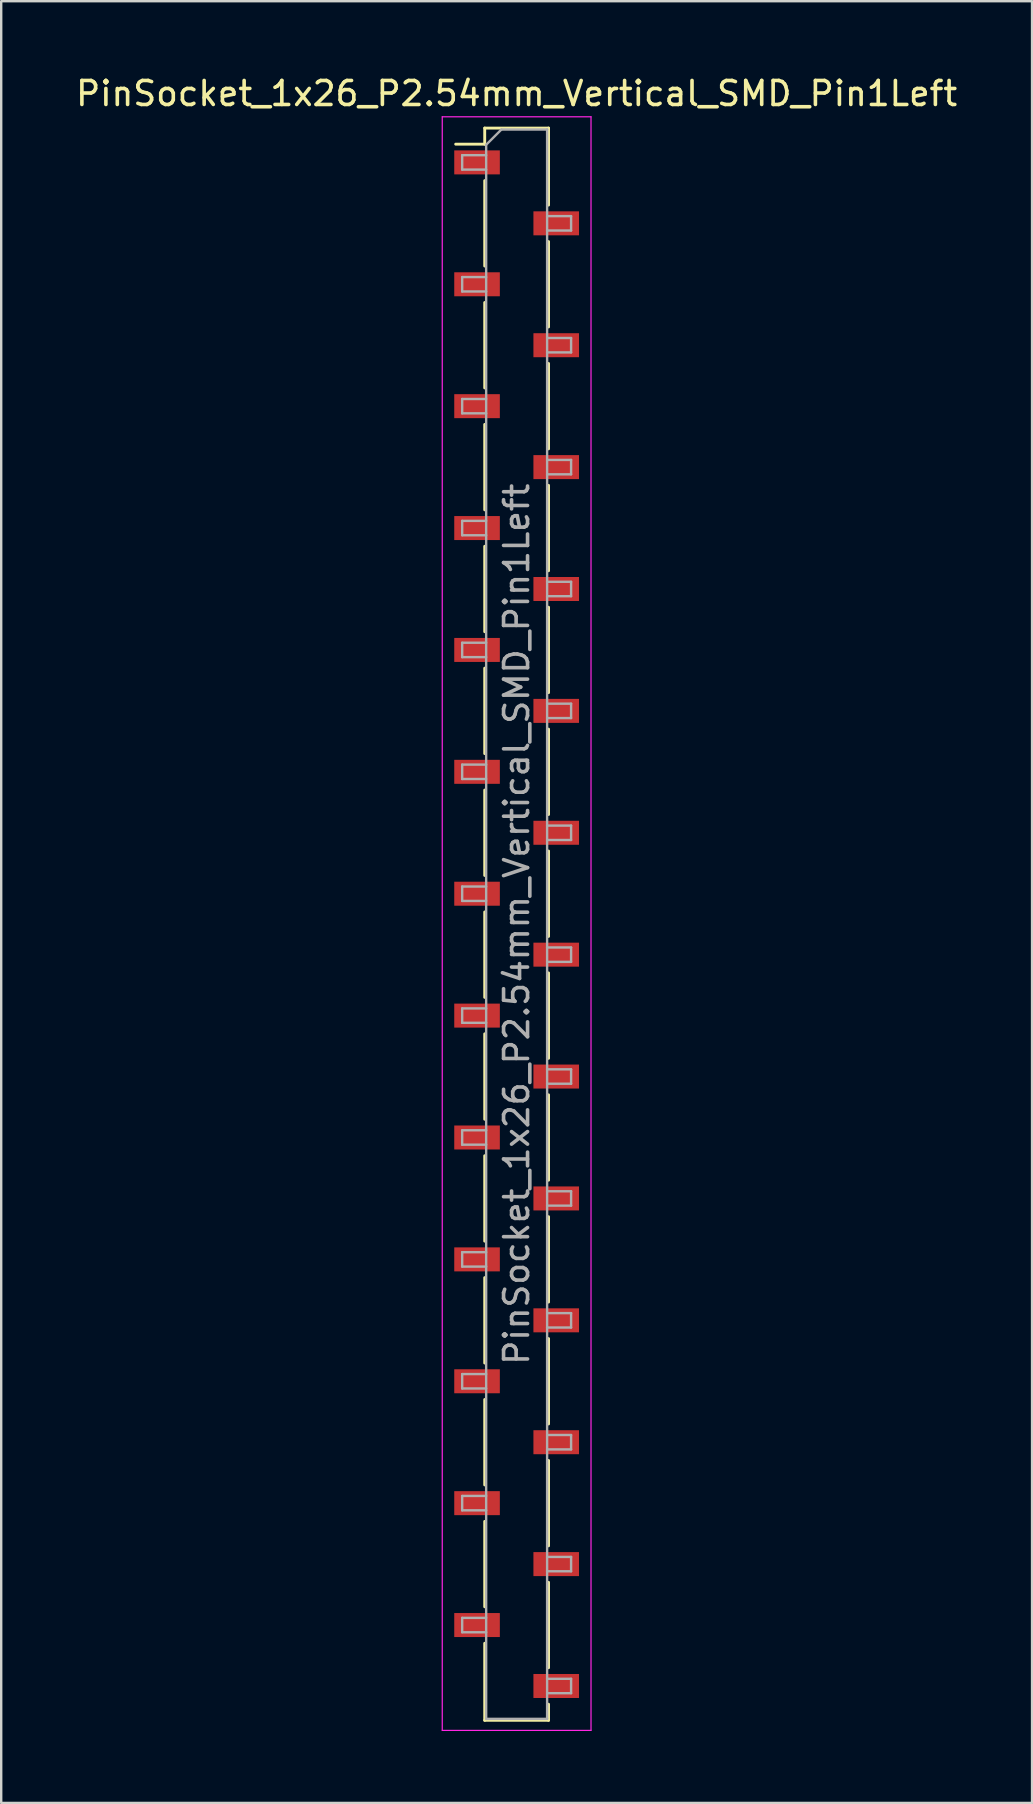
<source format=kicad_pcb>
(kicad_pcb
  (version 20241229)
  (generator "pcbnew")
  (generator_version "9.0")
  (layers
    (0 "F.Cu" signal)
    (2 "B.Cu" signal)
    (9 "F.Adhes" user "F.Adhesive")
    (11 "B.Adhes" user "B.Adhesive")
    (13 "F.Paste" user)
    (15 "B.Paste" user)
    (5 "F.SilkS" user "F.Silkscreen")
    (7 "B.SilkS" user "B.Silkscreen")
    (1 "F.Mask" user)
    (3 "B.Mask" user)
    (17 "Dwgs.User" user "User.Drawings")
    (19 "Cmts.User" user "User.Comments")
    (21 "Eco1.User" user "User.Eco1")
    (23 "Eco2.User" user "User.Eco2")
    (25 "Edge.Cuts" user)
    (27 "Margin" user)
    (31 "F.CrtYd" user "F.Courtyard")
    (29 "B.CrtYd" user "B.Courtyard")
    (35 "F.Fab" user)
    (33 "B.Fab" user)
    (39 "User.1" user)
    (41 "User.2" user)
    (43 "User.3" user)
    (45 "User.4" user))
  (footprint "PinSocket_1x26_P2.54mm_Vertical_SMD_Pin1Left"
    (layer "F.Cu")
    (at 18.482 35.468)
    (property "Reference" "PinSocket_1x26_P2.54mm_Vertical_SMD_Pin1Left" (at 0 -34.62 0) (layer "F.SilkS") (effects (font (size 1 1) (thickness 0.15))))
    (attr smd)
    (fp_line (start -2.54 -32.51) (end -1.33 -32.51) (stroke (width 0.12) (type solid)) (layer "F.SilkS"))
    (fp_line (start -1.33 -33.18) (end -1.33 -32.51) (stroke (width 0.12) (type solid)) (layer "F.SilkS"))
    (fp_line (start -1.33 -33.18) (end 1.33 -33.18) (stroke (width 0.12) (type solid)) (layer "F.SilkS"))
    (fp_line (start -1.33 -30.99) (end -1.33 -27.43) (stroke (width 0.12) (type solid)) (layer "F.SilkS"))
    (fp_line (start -1.33 -25.91) (end -1.33 -22.35) (stroke (width 0.12) (type solid)) (layer "F.SilkS"))
    (fp_line (start -1.33 -20.83) (end -1.33 -17.27) (stroke (width 0.12) (type solid)) (layer "F.SilkS"))
    (fp_line (start -1.33 -15.75) (end -1.33 -12.19) (stroke (width 0.12) (type solid)) (layer "F.SilkS"))
    (fp_line (start -1.33 -10.67) (end -1.33 -7.11) (stroke (width 0.12) (type solid)) (layer "F.SilkS"))
    (fp_line (start -1.33 -5.59) (end -1.33 -2.03) (stroke (width 0.12) (type solid)) (layer "F.SilkS"))
    (fp_line (start -1.33 -0.51) (end -1.33 3.05) (stroke (width 0.12) (type solid)) (layer "F.SilkS"))
    (fp_line (start -1.33 4.57) (end -1.33 8.13) (stroke (width 0.12) (type solid)) (layer "F.SilkS"))
    (fp_line (start -1.33 9.65) (end -1.33 13.21) (stroke (width 0.12) (type solid)) (layer "F.SilkS"))
    (fp_line (start -1.33 14.73) (end -1.33 18.29) (stroke (width 0.12) (type solid)) (layer "F.SilkS"))
    (fp_line (start -1.33 19.81) (end -1.33 23.37) (stroke (width 0.12) (type solid)) (layer "F.SilkS"))
    (fp_line (start -1.33 24.89) (end -1.33 28.45) (stroke (width 0.12) (type solid)) (layer "F.SilkS"))
    (fp_line (start -1.33 29.97) (end -1.33 33.18) (stroke (width 0.12) (type solid)) (layer "F.SilkS"))
    (fp_line (start -1.33 33.18) (end 1.33 33.18) (stroke (width 0.12) (type solid)) (layer "F.SilkS"))
    (fp_line (start 1.33 -33.18) (end 1.33 -29.97) (stroke (width 0.12) (type solid)) (layer "F.SilkS"))
    (fp_line (start 1.33 -28.45) (end 1.33 -24.89) (stroke (width 0.12) (type solid)) (layer "F.SilkS"))
    (fp_line (start 1.33 -23.37) (end 1.33 -19.81) (stroke (width 0.12) (type solid)) (layer "F.SilkS"))
    (fp_line (start 1.33 -18.29) (end 1.33 -14.73) (stroke (width 0.12) (type solid)) (layer "F.SilkS"))
    (fp_line (start 1.33 -13.21) (end 1.33 -9.65) (stroke (width 0.12) (type solid)) (layer "F.SilkS"))
    (fp_line (start 1.33 -8.13) (end 1.33 -4.57) (stroke (width 0.12) (type solid)) (layer "F.SilkS"))
    (fp_line (start 1.33 -3.05) (end 1.33 0.51) (stroke (width 0.12) (type solid)) (layer "F.SilkS"))
    (fp_line (start 1.33 2.03) (end 1.33 5.59) (stroke (width 0.12) (type solid)) (layer "F.SilkS"))
    (fp_line (start 1.33 7.11) (end 1.33 10.67) (stroke (width 0.12) (type solid)) (layer "F.SilkS"))
    (fp_line (start 1.33 12.19) (end 1.33 15.75) (stroke (width 0.12) (type solid)) (layer "F.SilkS"))
    (fp_line (start 1.33 17.27) (end 1.33 20.83) (stroke (width 0.12) (type solid)) (layer "F.SilkS"))
    (fp_line (start 1.33 22.35) (end 1.33 25.91) (stroke (width 0.12) (type solid)) (layer "F.SilkS"))
    (fp_line (start 1.33 27.43) (end 1.33 30.99) (stroke (width 0.12) (type solid)) (layer "F.SilkS"))
    (fp_line (start 1.33 32.51) (end 1.33 33.18) (stroke (width 0.12) (type solid)) (layer "F.SilkS"))
    (fp_line (start -3.1 -33.65) (end 3.1 -33.65) (stroke (width 0.05) (type solid)) (layer "F.CrtYd"))
    (fp_line (start -3.1 33.6) (end -3.1 -33.65) (stroke (width 0.05) (type solid)) (layer "F.CrtYd"))
    (fp_line (start 3.1 -33.65) (end 3.1 33.6) (stroke (width 0.05) (type solid)) (layer "F.CrtYd"))
    (fp_line (start 3.1 33.6) (end -3.1 33.6) (stroke (width 0.05) (type solid)) (layer "F.CrtYd"))
    (fp_line (start -2.27 -32.05) (end -1.27 -32.05) (stroke (width 0.1) (type solid)) (layer "F.Fab"))
    (fp_line (start -2.27 -31.45) (end -2.27 -32.05) (stroke (width 0.1) (type solid)) (layer "F.Fab"))
    (fp_line (start -2.27 -26.97) (end -1.27 -26.97) (stroke (width 0.1) (type solid)) (layer "F.Fab"))
    (fp_line (start -2.27 -26.37) (end -2.27 -26.97) (stroke (width 0.1) (type solid)) (layer "F.Fab"))
    (fp_line (start -2.27 -21.89) (end -1.27 -21.89) (stroke (width 0.1) (type solid)) (layer "F.Fab"))
    (fp_line (start -2.27 -21.29) (end -2.27 -21.89) (stroke (width 0.1) (type solid)) (layer "F.Fab"))
    (fp_line (start -2.27 -16.81) (end -1.27 -16.81) (stroke (width 0.1) (type solid)) (layer "F.Fab"))
    (fp_line (start -2.27 -16.21) (end -2.27 -16.81) (stroke (width 0.1) (type solid)) (layer "F.Fab"))
    (fp_line (start -2.27 -11.73) (end -1.27 -11.73) (stroke (width 0.1) (type solid)) (layer "F.Fab"))
    (fp_line (start -2.27 -11.13) (end -2.27 -11.73) (stroke (width 0.1) (type solid)) (layer "F.Fab"))
    (fp_line (start -2.27 -6.65) (end -1.27 -6.65) (stroke (width 0.1) (type solid)) (layer "F.Fab"))
    (fp_line (start -2.27 -6.05) (end -2.27 -6.65) (stroke (width 0.1) (type solid)) (layer "F.Fab"))
    (fp_line (start -2.27 -1.57) (end -1.27 -1.57) (stroke (width 0.1) (type solid)) (layer "F.Fab"))
    (fp_line (start -2.27 -0.97) (end -2.27 -1.57) (stroke (width 0.1) (type solid)) (layer "F.Fab"))
    (fp_line (start -2.27 3.51) (end -1.27 3.51) (stroke (width 0.1) (type solid)) (layer "F.Fab"))
    (fp_line (start -2.27 4.11) (end -2.27 3.51) (stroke (width 0.1) (type solid)) (layer "F.Fab"))
    (fp_line (start -2.27 8.59) (end -1.27 8.59) (stroke (width 0.1) (type solid)) (layer "F.Fab"))
    (fp_line (start -2.27 9.19) (end -2.27 8.59) (stroke (width 0.1) (type solid)) (layer "F.Fab"))
    (fp_line (start -2.27 13.67) (end -1.27 13.67) (stroke (width 0.1) (type solid)) (layer "F.Fab"))
    (fp_line (start -2.27 14.27) (end -2.27 13.67) (stroke (width 0.1) (type solid)) (layer "F.Fab"))
    (fp_line (start -2.27 18.75) (end -1.27 18.75) (stroke (width 0.1) (type solid)) (layer "F.Fab"))
    (fp_line (start -2.27 19.35) (end -2.27 18.75) (stroke (width 0.1) (type solid)) (layer "F.Fab"))
    (fp_line (start -2.27 23.83) (end -1.27 23.83) (stroke (width 0.1) (type solid)) (layer "F.Fab"))
    (fp_line (start -2.27 24.43) (end -2.27 23.83) (stroke (width 0.1) (type solid)) (layer "F.Fab"))
    (fp_line (start -2.27 28.91) (end -1.27 28.91) (stroke (width 0.1) (type solid)) (layer "F.Fab"))
    (fp_line (start -2.27 29.51) (end -2.27 28.91) (stroke (width 0.1) (type solid)) (layer "F.Fab"))
    (fp_line (start -1.27 -32.485) (end -0.635 -33.12) (stroke (width 0.1) (type solid)) (layer "F.Fab"))
    (fp_line (start -1.27 -31.45) (end -2.27 -31.45) (stroke (width 0.1) (type solid)) (layer "F.Fab"))
    (fp_line (start -1.27 -26.37) (end -2.27 -26.37) (stroke (width 0.1) (type solid)) (layer "F.Fab"))
    (fp_line (start -1.27 -21.29) (end -2.27 -21.29) (stroke (width 0.1) (type solid)) (layer "F.Fab"))
    (fp_line (start -1.27 -16.21) (end -2.27 -16.21) (stroke (width 0.1) (type solid)) (layer "F.Fab"))
    (fp_line (start -1.27 -11.13) (end -2.27 -11.13) (stroke (width 0.1) (type solid)) (layer "F.Fab"))
    (fp_line (start -1.27 -6.05) (end -2.27 -6.05) (stroke (width 0.1) (type solid)) (layer "F.Fab"))
    (fp_line (start -1.27 -0.97) (end -2.27 -0.97) (stroke (width 0.1) (type solid)) (layer "F.Fab"))
    (fp_line (start -1.27 4.11) (end -2.27 4.11) (stroke (width 0.1) (type solid)) (layer "F.Fab"))
    (fp_line (start -1.27 9.19) (end -2.27 9.19) (stroke (width 0.1) (type solid)) (layer "F.Fab"))
    (fp_line (start -1.27 14.27) (end -2.27 14.27) (stroke (width 0.1) (type solid)) (layer "F.Fab"))
    (fp_line (start -1.27 19.35) (end -2.27 19.35) (stroke (width 0.1) (type solid)) (layer "F.Fab"))
    (fp_line (start -1.27 24.43) (end -2.27 24.43) (stroke (width 0.1) (type solid)) (layer "F.Fab"))
    (fp_line (start -1.27 29.51) (end -2.27 29.51) (stroke (width 0.1) (type solid)) (layer "F.Fab"))
    (fp_line (start -1.27 33.12) (end -1.27 -32.485) (stroke (width 0.1) (type solid)) (layer "F.Fab"))
    (fp_line (start -0.635 -33.12) (end 1.27 -33.12) (stroke (width 0.1) (type solid)) (layer "F.Fab"))
    (fp_line (start 1.27 -33.12) (end 1.27 33.12) (stroke (width 0.1) (type solid)) (layer "F.Fab"))
    (fp_line (start 1.27 -29.51) (end 2.27 -29.51) (stroke (width 0.1) (type solid)) (layer "F.Fab"))
    (fp_line (start 1.27 -24.43) (end 2.27 -24.43) (stroke (width 0.1) (type solid)) (layer "F.Fab"))
    (fp_line (start 1.27 -19.35) (end 2.27 -19.35) (stroke (width 0.1) (type solid)) (layer "F.Fab"))
    (fp_line (start 1.27 -14.27) (end 2.27 -14.27) (stroke (width 0.1) (type solid)) (layer "F.Fab"))
    (fp_line (start 1.27 -9.19) (end 2.27 -9.19) (stroke (width 0.1) (type solid)) (layer "F.Fab"))
    (fp_line (start 1.27 -4.11) (end 2.27 -4.11) (stroke (width 0.1) (type solid)) (layer "F.Fab"))
    (fp_line (start 1.27 0.97) (end 2.27 0.97) (stroke (width 0.1) (type solid)) (layer "F.Fab"))
    (fp_line (start 1.27 6.05) (end 2.27 6.05) (stroke (width 0.1) (type solid)) (layer "F.Fab"))
    (fp_line (start 1.27 11.13) (end 2.27 11.13) (stroke (width 0.1) (type solid)) (layer "F.Fab"))
    (fp_line (start 1.27 16.21) (end 2.27 16.21) (stroke (width 0.1) (type solid)) (layer "F.Fab"))
    (fp_line (start 1.27 21.29) (end 2.27 21.29) (stroke (width 0.1) (type solid)) (layer "F.Fab"))
    (fp_line (start 1.27 26.37) (end 2.27 26.37) (stroke (width 0.1) (type solid)) (layer "F.Fab"))
    (fp_line (start 1.27 31.45) (end 2.27 31.45) (stroke (width 0.1) (type solid)) (layer "F.Fab"))
    (fp_line (start 1.27 33.12) (end -1.27 33.12) (stroke (width 0.1) (type solid)) (layer "F.Fab"))
    (fp_line (start 2.27 -29.51) (end 2.27 -28.91) (stroke (width 0.1) (type solid)) (layer "F.Fab"))
    (fp_line (start 2.27 -28.91) (end 1.27 -28.91) (stroke (width 0.1) (type solid)) (layer "F.Fab"))
    (fp_line (start 2.27 -24.43) (end 2.27 -23.83) (stroke (width 0.1) (type solid)) (layer "F.Fab"))
    (fp_line (start 2.27 -23.83) (end 1.27 -23.83) (stroke (width 0.1) (type solid)) (layer "F.Fab"))
    (fp_line (start 2.27 -19.35) (end 2.27 -18.75) (stroke (width 0.1) (type solid)) (layer "F.Fab"))
    (fp_line (start 2.27 -18.75) (end 1.27 -18.75) (stroke (width 0.1) (type solid)) (layer "F.Fab"))
    (fp_line (start 2.27 -14.27) (end 2.27 -13.67) (stroke (width 0.1) (type solid)) (layer "F.Fab"))
    (fp_line (start 2.27 -13.67) (end 1.27 -13.67) (stroke (width 0.1) (type solid)) (layer "F.Fab"))
    (fp_line (start 2.27 -9.19) (end 2.27 -8.59) (stroke (width 0.1) (type solid)) (layer "F.Fab"))
    (fp_line (start 2.27 -8.59) (end 1.27 -8.59) (stroke (width 0.1) (type solid)) (layer "F.Fab"))
    (fp_line (start 2.27 -4.11) (end 2.27 -3.51) (stroke (width 0.1) (type solid)) (layer "F.Fab"))
    (fp_line (start 2.27 -3.51) (end 1.27 -3.51) (stroke (width 0.1) (type solid)) (layer "F.Fab"))
    (fp_line (start 2.27 0.97) (end 2.27 1.57) (stroke (width 0.1) (type solid)) (layer "F.Fab"))
    (fp_line (start 2.27 1.57) (end 1.27 1.57) (stroke (width 0.1) (type solid)) (layer "F.Fab"))
    (fp_line (start 2.27 6.05) (end 2.27 6.65) (stroke (width 0.1) (type solid)) (layer "F.Fab"))
    (fp_line (start 2.27 6.65) (end 1.27 6.65) (stroke (width 0.1) (type solid)) (layer "F.Fab"))
    (fp_line (start 2.27 11.13) (end 2.27 11.73) (stroke (width 0.1) (type solid)) (layer "F.Fab"))
    (fp_line (start 2.27 11.73) (end 1.27 11.73) (stroke (width 0.1) (type solid)) (layer "F.Fab"))
    (fp_line (start 2.27 16.21) (end 2.27 16.81) (stroke (width 0.1) (type solid)) (layer "F.Fab"))
    (fp_line (start 2.27 16.81) (end 1.27 16.81) (stroke (width 0.1) (type solid)) (layer "F.Fab"))
    (fp_line (start 2.27 21.29) (end 2.27 21.89) (stroke (width 0.1) (type solid)) (layer "F.Fab"))
    (fp_line (start 2.27 21.89) (end 1.27 21.89) (stroke (width 0.1) (type solid)) (layer "F.Fab"))
    (fp_line (start 2.27 26.37) (end 2.27 26.97) (stroke (width 0.1) (type solid)) (layer "F.Fab"))
    (fp_line (start 2.27 26.97) (end 1.27 26.97) (stroke (width 0.1) (type solid)) (layer "F.Fab"))
    (fp_line (start 2.27 31.45) (end 2.27 32.05) (stroke (width 0.1) (type solid)) (layer "F.Fab"))
    (fp_line (start 2.27 32.05) (end 1.27 32.05) (stroke (width 0.1) (type solid)) (layer "F.Fab"))
    (fp_text user "${REFERENCE}" (at 0 0 90) (layer "F.Fab") (effects (font (size 1 1) (thickness 0.15))))
    (pad "1" smd rect (at -1.65 -31.75) (size 1.9 1) (layers "F.Cu" "F.Mask" "F.Paste"))
    (pad "2" smd rect (at 1.65 -29.21) (size 1.9 1) (layers "F.Cu" "F.Mask" "F.Paste"))
    (pad "3" smd rect (at -1.65 -26.67) (size 1.9 1) (layers "F.Cu" "F.Mask" "F.Paste"))
    (pad "4" smd rect (at 1.65 -24.13) (size 1.9 1) (layers "F.Cu" "F.Mask" "F.Paste"))
    (pad "5" smd rect (at -1.65 -21.59) (size 1.9 1) (layers "F.Cu" "F.Mask" "F.Paste"))
    (pad "6" smd rect (at 1.65 -19.05) (size 1.9 1) (layers "F.Cu" "F.Mask" "F.Paste"))
    (pad "7" smd rect (at -1.65 -16.51) (size 1.9 1) (layers "F.Cu" "F.Mask" "F.Paste"))
    (pad "8" smd rect (at 1.65 -13.97) (size 1.9 1) (layers "F.Cu" "F.Mask" "F.Paste"))
    (pad "9" smd rect (at -1.65 -11.43) (size 1.9 1) (layers "F.Cu" "F.Mask" "F.Paste"))
    (pad "10" smd rect (at 1.65 -8.89) (size 1.9 1) (layers "F.Cu" "F.Mask" "F.Paste"))
    (pad "11" smd rect (at -1.65 -6.35) (size 1.9 1) (layers "F.Cu" "F.Mask" "F.Paste"))
    (pad "12" smd rect (at 1.65 -3.81) (size 1.9 1) (layers "F.Cu" "F.Mask" "F.Paste"))
    (pad "13" smd rect (at -1.65 -1.27) (size 1.9 1) (layers "F.Cu" "F.Mask" "F.Paste"))
    (pad "14" smd rect (at 1.65 1.27) (size 1.9 1) (layers "F.Cu" "F.Mask" "F.Paste"))
    (pad "15" smd rect (at -1.65 3.81) (size 1.9 1) (layers "F.Cu" "F.Mask" "F.Paste"))
    (pad "16" smd rect (at 1.65 6.35) (size 1.9 1) (layers "F.Cu" "F.Mask" "F.Paste"))
    (pad "17" smd rect (at -1.65 8.89) (size 1.9 1) (layers "F.Cu" "F.Mask" "F.Paste"))
    (pad "18" smd rect (at 1.65 11.43) (size 1.9 1) (layers "F.Cu" "F.Mask" "F.Paste"))
    (pad "19" smd rect (at -1.65 13.97) (size 1.9 1) (layers "F.Cu" "F.Mask" "F.Paste"))
    (pad "20" smd rect (at 1.65 16.51) (size 1.9 1) (layers "F.Cu" "F.Mask" "F.Paste"))
    (pad "21" smd rect (at -1.65 19.05) (size 1.9 1) (layers "F.Cu" "F.Mask" "F.Paste"))
    (pad "22" smd rect (at 1.65 21.59) (size 1.9 1) (layers "F.Cu" "F.Mask" "F.Paste"))
    (pad "23" smd rect (at -1.65 24.13) (size 1.9 1) (layers "F.Cu" "F.Mask" "F.Paste"))
    (pad "24" smd rect (at 1.65 26.67) (size 1.9 1) (layers "F.Cu" "F.Mask" "F.Paste"))
    (pad "25" smd rect (at -1.65 29.21) (size 1.9 1) (layers "F.Cu" "F.Mask" "F.Paste"))
    (pad "26" smd rect (at 1.65 31.75) (size 1.9 1) (layers "F.Cu" "F.Mask" "F.Paste")))
  (gr_rect
    (start -3 -3)
    (end 39.964 72.093)
    (stroke (width 0.1) (type default))
    (fill no)
    (layer "Edge.Cuts")))
</source>
